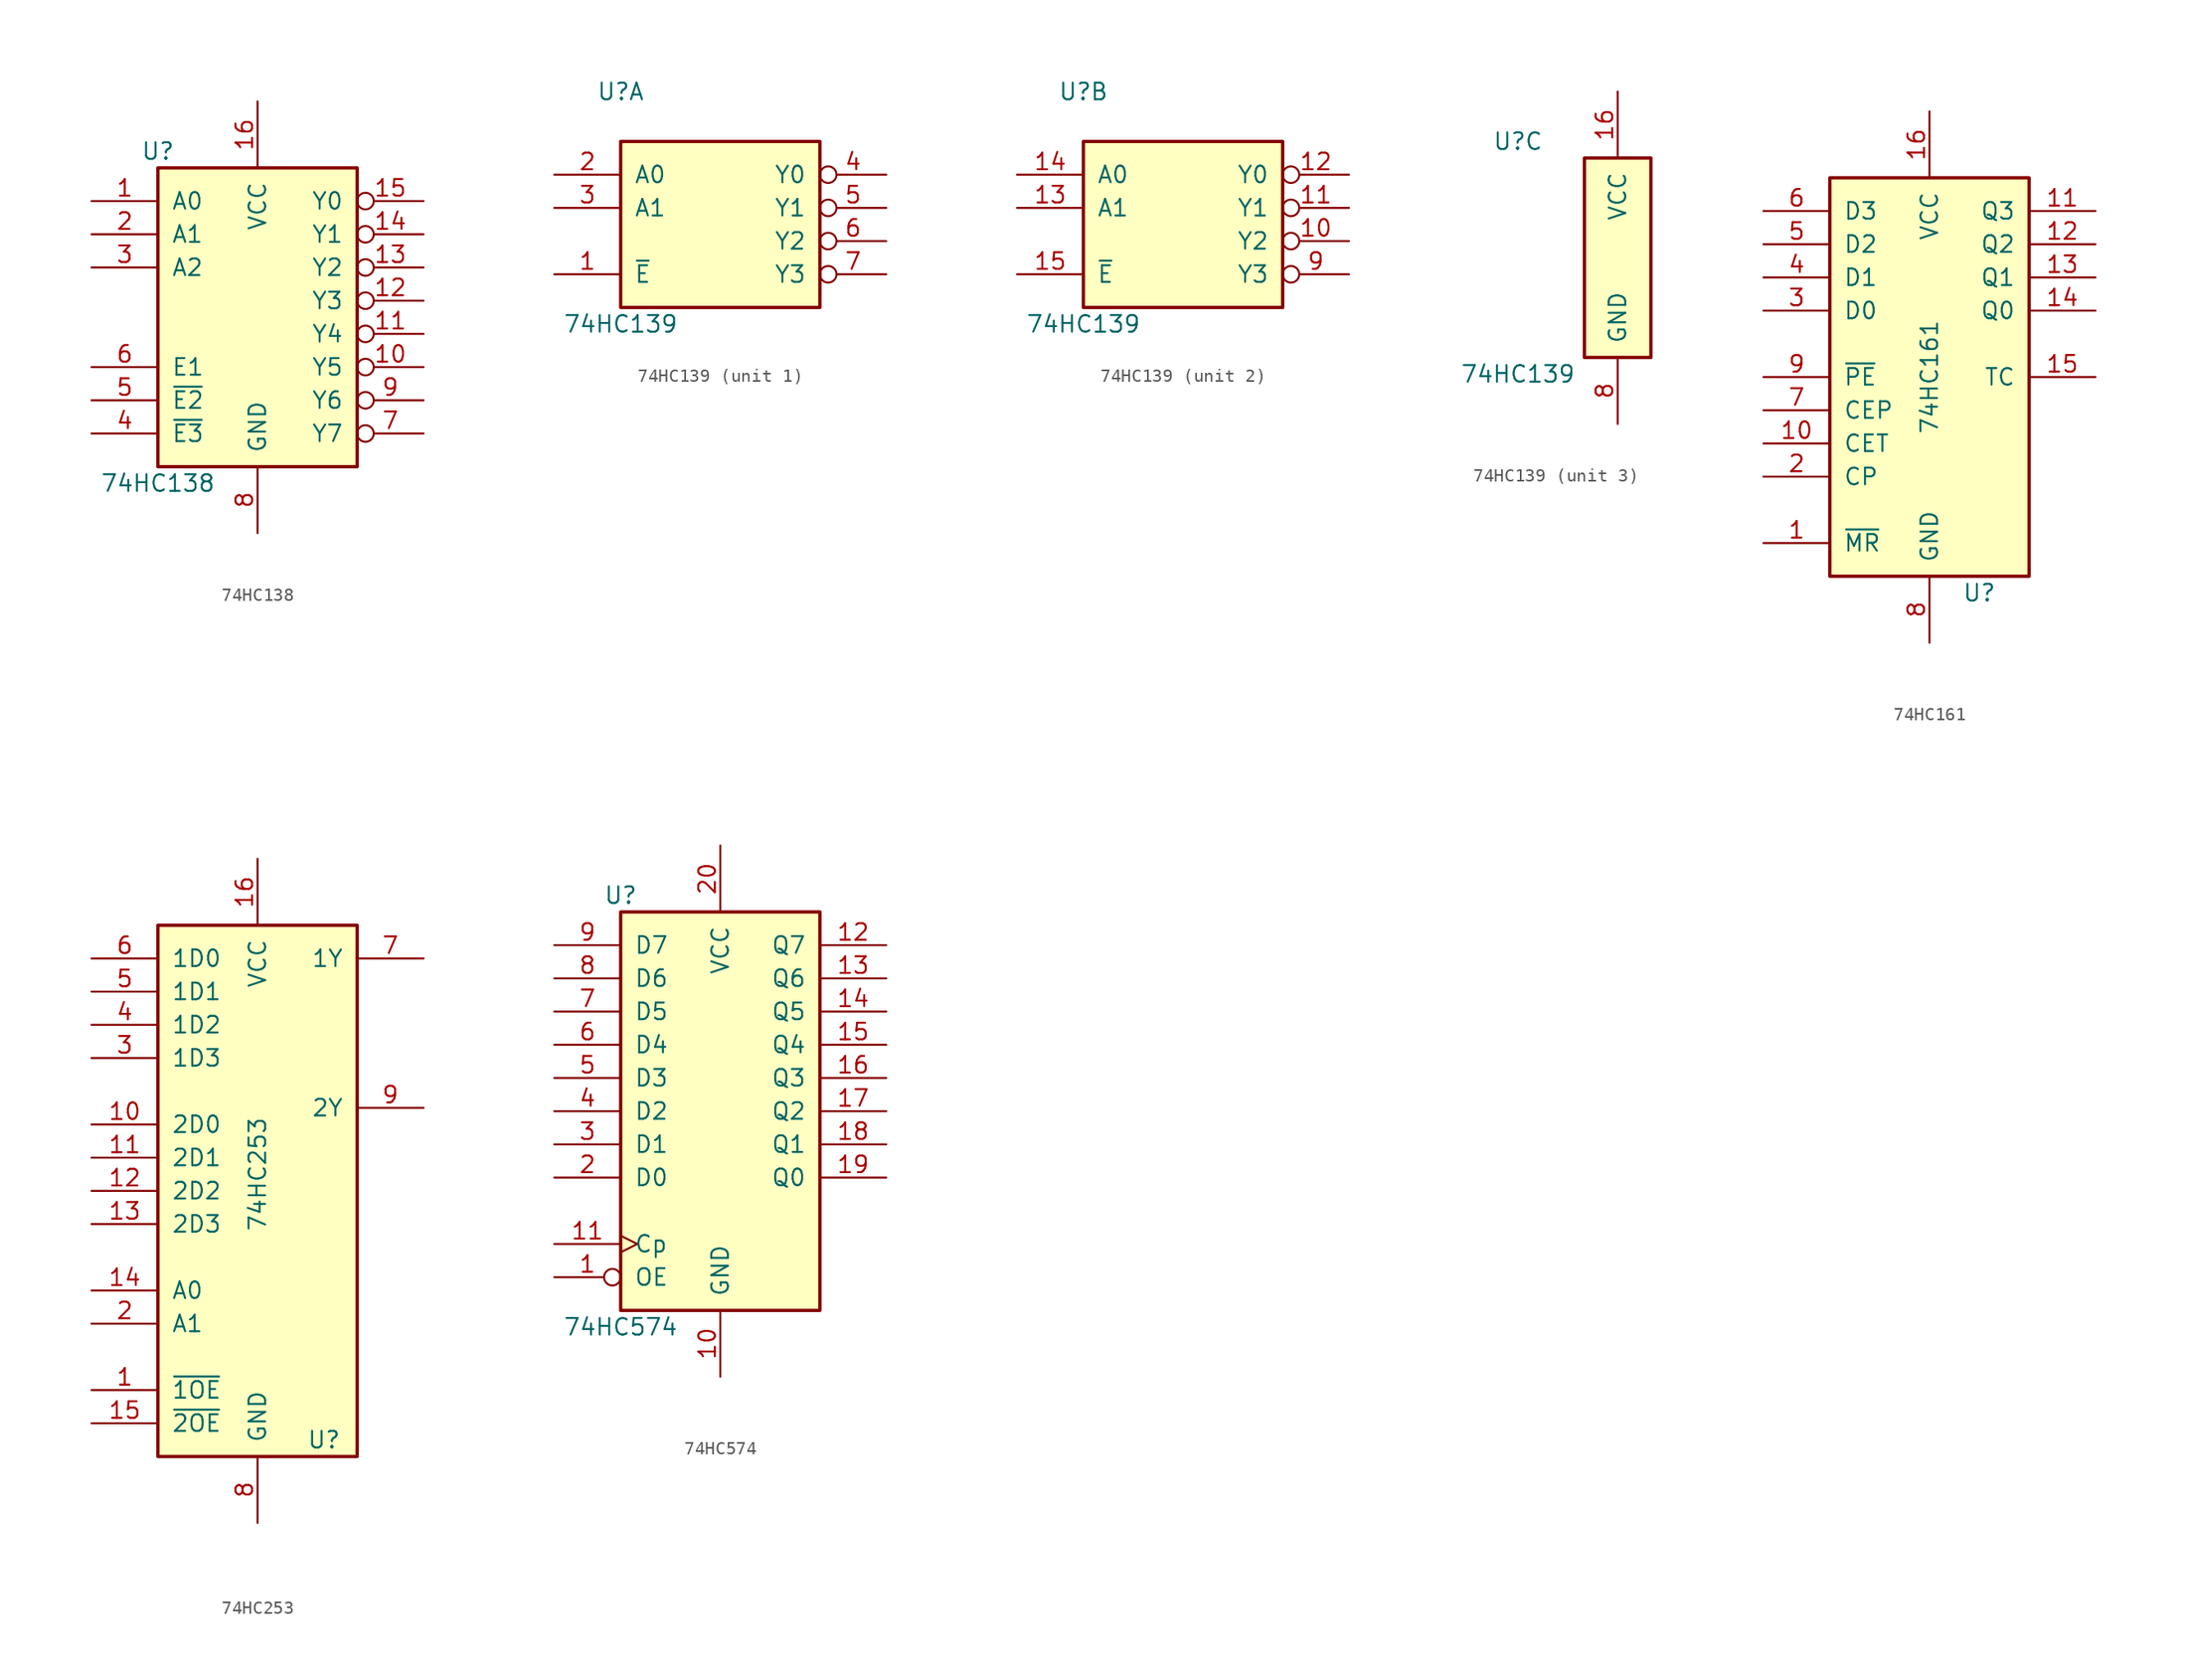
<source format=kicad_sym>
(kicad_symbol_lib
  (version 20211014)
  (generator kicad_symbol_editor)
  (symbol "74HC138"
    (pin_names
      (offset 1.016))
    (property "Reference" "U"
      (at -7.62 11.43 0)
      (effects (font (size 1.27 1.27))))
    (property "Value" "74HC138"
      (at -7.62 -13.97 0)
      (effects (font (size 1.27 1.27))))
    (symbol "74HC138_1_0"
      (pin input line (at -12.7 7.62 0) (length 5.08) (name "A0" (effects (font (size 1.27 1.27)))) (number "1" (effects (font (size 1.27 1.27)))))
      (pin output inverted (at 12.7 -5.08 180) (length 5.08) (name "Y5" (effects (font (size 1.27 1.27)))) (number "10" (effects (font (size 1.27 1.27)))))
      (pin output inverted (at 12.7 -2.54 180) (length 5.08) (name "Y4" (effects (font (size 1.27 1.27)))) (number "11" (effects (font (size 1.27 1.27)))))
      (pin output inverted (at 12.7 0 180) (length 5.08) (name "Y3" (effects (font (size 1.27 1.27)))) (number "12" (effects (font (size 1.27 1.27)))))
      (pin output inverted (at 12.7 2.54 180) (length 5.08) (name "Y2" (effects (font (size 1.27 1.27)))) (number "13" (effects (font (size 1.27 1.27)))))
      (pin output inverted (at 12.7 5.08 180) (length 5.08) (name "Y1" (effects (font (size 1.27 1.27)))) (number "14" (effects (font (size 1.27 1.27)))))
      (pin output inverted (at 12.7 7.62 180) (length 5.08) (name "Y0" (effects (font (size 1.27 1.27)))) (number "15" (effects (font (size 1.27 1.27)))))
      (pin power_in line (at 0 15.24 270) (length 5.08) (name "VCC" (effects (font (size 1.27 1.27)))) (number "16" (effects (font (size 1.27 1.27)))))
      (pin input line (at -12.7 5.08 0) (length 5.08) (name "A1" (effects (font (size 1.27 1.27)))) (number "2" (effects (font (size 1.27 1.27)))))
      (pin input line (at -12.7 2.54 0) (length 5.08) (name "A2" (effects (font (size 1.27 1.27)))) (number "3" (effects (font (size 1.27 1.27)))))
      (pin input line (at -12.7 -10.16 0) (length 5.08) (name "~{E3}" (effects (font (size 1.27 1.27)))) (number "4" (effects (font (size 1.27 1.27)))))
      (pin input line (at -12.7 -7.62 0) (length 5.08) (name "~{E2}" (effects (font (size 1.27 1.27)))) (number "5" (effects (font (size 1.27 1.27)))))
      (pin input line (at -12.7 -5.08 0) (length 5.08) (name "E1" (effects (font (size 1.27 1.27)))) (number "6" (effects (font (size 1.27 1.27)))))
      (pin output inverted (at 12.7 -10.16 180) (length 5.08) (name "Y7" (effects (font (size 1.27 1.27)))) (number "7" (effects (font (size 1.27 1.27)))))
      (pin power_in line (at 0 -17.78 90) (length 5.08) (name "GND" (effects (font (size 1.27 1.27)))) (number "8" (effects (font (size 1.27 1.27)))))
      (pin output inverted (at 12.7 -7.62 180) (length 5.08) (name "Y6" (effects (font (size 1.27 1.27)))) (number "9" (effects (font (size 1.27 1.27))))))
    (symbol "74HC138_1_1"
      (rectangle (start -7.62 10.16) (end 7.62 -12.7) (stroke (width 0.254) (type default) (color 0 0 0 0)) (fill (type background)))))
  (symbol "74HC139"
    (pin_names
      (offset 1.016))
    (property "Reference" "U"
      (at -7.62 8.89 0)
      (effects (font (size 1.27 1.27))))
    (property "Value" "74HC139"
      (at -7.62 -8.89 0)
      (effects (font (size 1.27 1.27))))
    (property "ki_locked" ""
      (at 0 0 0)
      (effects (font (size 1.27 1.27))))
    (symbol "74HC139_1_0"
      (pin input line (at -12.7 -5.08 0) (length 5.08) (name "~{E}" (effects (font (size 1.27 1.27)))) (number "1" (effects (font (size 1.27 1.27)))))
      (pin input line (at -12.7 2.54 0) (length 5.08) (name "A0" (effects (font (size 1.27 1.27)))) (number "2" (effects (font (size 1.27 1.27)))))
      (pin input line (at -12.7 0 0) (length 5.08) (name "A1" (effects (font (size 1.27 1.27)))) (number "3" (effects (font (size 1.27 1.27)))))
      (pin output inverted (at 12.7 2.54 180) (length 5.08) (name "Y0" (effects (font (size 1.27 1.27)))) (number "4" (effects (font (size 1.27 1.27)))))
      (pin output inverted (at 12.7 0 180) (length 5.08) (name "Y1" (effects (font (size 1.27 1.27)))) (number "5" (effects (font (size 1.27 1.27)))))
      (pin output inverted (at 12.7 -2.54 180) (length 5.08) (name "Y2" (effects (font (size 1.27 1.27)))) (number "6" (effects (font (size 1.27 1.27)))))
      (pin output inverted (at 12.7 -5.08 180) (length 5.08) (name "Y3" (effects (font (size 1.27 1.27)))) (number "7" (effects (font (size 1.27 1.27))))))
    (symbol "74HC139_1_1"
      (rectangle (start -7.62 5.08) (end 7.62 -7.62) (stroke (width 0.254) (type default) (color 0 0 0 0)) (fill (type background))))
    (symbol "74HC139_2_0"
      (pin output inverted (at 12.7 -2.54 180) (length 5.08) (name "Y2" (effects (font (size 1.27 1.27)))) (number "10" (effects (font (size 1.27 1.27)))))
      (pin output inverted (at 12.7 0 180) (length 5.08) (name "Y1" (effects (font (size 1.27 1.27)))) (number "11" (effects (font (size 1.27 1.27)))))
      (pin output inverted (at 12.7 2.54 180) (length 5.08) (name "Y0" (effects (font (size 1.27 1.27)))) (number "12" (effects (font (size 1.27 1.27)))))
      (pin input line (at -12.7 0 0) (length 5.08) (name "A1" (effects (font (size 1.27 1.27)))) (number "13" (effects (font (size 1.27 1.27)))))
      (pin input line (at -12.7 2.54 0) (length 5.08) (name "A0" (effects (font (size 1.27 1.27)))) (number "14" (effects (font (size 1.27 1.27)))))
      (pin input line (at -12.7 -5.08 0) (length 5.08) (name "~{E}" (effects (font (size 1.27 1.27)))) (number "15" (effects (font (size 1.27 1.27)))))
      (pin output inverted (at 12.7 -5.08 180) (length 5.08) (name "Y3" (effects (font (size 1.27 1.27)))) (number "9" (effects (font (size 1.27 1.27))))))
    (symbol "74HC139_2_1"
      (rectangle (start -7.62 5.08) (end 7.62 -7.62) (stroke (width 0.254) (type default) (color 0 0 0 0)) (fill (type background))))
    (symbol "74HC139_3_0"
      (pin power_in line (at 0 12.7 270) (length 5.08) (name "VCC" (effects (font (size 1.27 1.27)))) (number "16" (effects (font (size 1.27 1.27)))))
      (pin power_in line (at 0 -12.7 90) (length 5.08) (name "GND" (effects (font (size 1.27 1.27)))) (number "8" (effects (font (size 1.27 1.27))))))
    (symbol "74HC139_3_1"
      (rectangle (start -2.54 7.62) (end 2.54 -7.62) (stroke (width 0.254) (type default) (color 0 0 0 0)) (fill (type background)))))
  (symbol "74HC161"
    (pin_names
      (offset 1.016))
    (property "Reference" "U"
      (at 3.81 -16.51 0)
      (effects (font (size 1.27 1.27))))
    (property "Value" "74HC161"
      (at 0 0 90)
      (effects (font (size 1.27 1.27))))
    (symbol "74HC161_1_0"
      (pin input line (at -12.7 -12.7 0) (length 5.08) (name "~{MR}" (effects (font (size 1.27 1.27)))) (number "1" (effects (font (size 1.27 1.27)))))
      (pin input line (at -12.7 -5.08 0) (length 5.08) (name "CET" (effects (font (size 1.27 1.27)))) (number "10" (effects (font (size 1.27 1.27)))))
      (pin output line (at 12.7 12.7 180) (length 5.08) (name "Q3" (effects (font (size 1.27 1.27)))) (number "11" (effects (font (size 1.27 1.27)))))
      (pin output line (at 12.7 10.16 180) (length 5.08) (name "Q2" (effects (font (size 1.27 1.27)))) (number "12" (effects (font (size 1.27 1.27)))))
      (pin output line (at 12.7 7.62 180) (length 5.08) (name "Q1" (effects (font (size 1.27 1.27)))) (number "13" (effects (font (size 1.27 1.27)))))
      (pin output line (at 12.7 5.08 180) (length 5.08) (name "Q0" (effects (font (size 1.27 1.27)))) (number "14" (effects (font (size 1.27 1.27)))))
      (pin output line (at 12.7 0 180) (length 5.08) (name "TC" (effects (font (size 1.27 1.27)))) (number "15" (effects (font (size 1.27 1.27)))))
      (pin power_in line (at 0 20.32 270) (length 5.08) (name "VCC" (effects (font (size 1.27 1.27)))) (number "16" (effects (font (size 1.27 1.27)))))
      (pin input line (at -12.7 -7.62 0) (length 5.08) (name "CP" (effects (font (size 1.27 1.27)))) (number "2" (effects (font (size 1.27 1.27)))))
      (pin input line (at -12.7 5.08 0) (length 5.08) (name "D0" (effects (font (size 1.27 1.27)))) (number "3" (effects (font (size 1.27 1.27)))))
      (pin input line (at -12.7 7.62 0) (length 5.08) (name "D1" (effects (font (size 1.27 1.27)))) (number "4" (effects (font (size 1.27 1.27)))))
      (pin input line (at -12.7 10.16 0) (length 5.08) (name "D2" (effects (font (size 1.27 1.27)))) (number "5" (effects (font (size 1.27 1.27)))))
      (pin input line (at -12.7 12.7 0) (length 5.08) (name "D3" (effects (font (size 1.27 1.27)))) (number "6" (effects (font (size 1.27 1.27)))))
      (pin input line (at -12.7 -2.54 0) (length 5.08) (name "CEP" (effects (font (size 1.27 1.27)))) (number "7" (effects (font (size 1.27 1.27)))))
      (pin power_in line (at 0 -20.32 90) (length 5.08) (name "GND" (effects (font (size 1.27 1.27)))) (number "8" (effects (font (size 1.27 1.27)))))
      (pin input line (at -12.7 0 0) (length 5.08) (name "~{PE}" (effects (font (size 1.27 1.27)))) (number "9" (effects (font (size 1.27 1.27))))))
    (symbol "74HC161_1_1"
      (rectangle (start -7.62 15.24) (end 7.62 -15.24) (stroke (width 0.254) (type default) (color 0 0 0 0)) (fill (type background)))))
  (symbol "74HC253"
    (pin_names
      (offset 1.016))
    (property "Reference" "U"
      (at 5.08 -19.05 0)
      (effects (font (size 1.27 1.27))))
    (property "Value" "74HC253"
      (at 0 1.27 90)
      (effects (font (size 1.27 1.27))))
    (symbol "74HC253_1_0"
      (rectangle (start -7.62 20.32) (end 7.62 -20.32) (stroke (width 0.254) (type default) (color 0 0 0 0)) (fill (type background))))
    (symbol "74HC253_1_1"
      (pin input line (at -12.7 -15.24 0) (length 5.08) (name "~{1OE}" (effects (font (size 1.27 1.27)))) (number "1" (effects (font (size 1.27 1.27)))))
      (pin input line (at -12.7 5.08 0) (length 5.08) (name "2D0" (effects (font (size 1.27 1.27)))) (number "10" (effects (font (size 1.27 1.27)))))
      (pin input line (at -12.7 2.54 0) (length 5.08) (name "2D1" (effects (font (size 1.27 1.27)))) (number "11" (effects (font (size 1.27 1.27)))))
      (pin input line (at -12.7 0 0) (length 5.08) (name "2D2" (effects (font (size 1.27 1.27)))) (number "12" (effects (font (size 1.27 1.27)))))
      (pin input line (at -12.7 -2.54 0) (length 5.08) (name "2D3" (effects (font (size 1.27 1.27)))) (number "13" (effects (font (size 1.27 1.27)))))
      (pin input line (at -12.7 -7.62 0) (length 5.08) (name "A0" (effects (font (size 1.27 1.27)))) (number "14" (effects (font (size 1.27 1.27)))))
      (pin input line (at -12.7 -17.78 0) (length 5.08) (name "~{2OE}" (effects (font (size 1.27 1.27)))) (number "15" (effects (font (size 1.27 1.27)))))
      (pin power_in line (at 0 25.4 270) (length 5.08) (name "VCC" (effects (font (size 1.27 1.27)))) (number "16" (effects (font (size 1.27 1.27)))))
      (pin input line (at -12.7 -10.16 0) (length 5.08) (name "A1" (effects (font (size 1.27 1.27)))) (number "2" (effects (font (size 1.27 1.27)))))
      (pin input line (at -12.7 10.16 0) (length 5.08) (name "1D3" (effects (font (size 1.27 1.27)))) (number "3" (effects (font (size 1.27 1.27)))))
      (pin input line (at -12.7 12.7 0) (length 5.08) (name "1D2" (effects (font (size 1.27 1.27)))) (number "4" (effects (font (size 1.27 1.27)))))
      (pin input line (at -12.7 15.24 0) (length 5.08) (name "1D1" (effects (font (size 1.27 1.27)))) (number "5" (effects (font (size 1.27 1.27)))))
      (pin input line (at -12.7 17.78 0) (length 5.08) (name "1D0" (effects (font (size 1.27 1.27)))) (number "6" (effects (font (size 1.27 1.27)))))
      (pin output line (at 12.7 17.78 180) (length 5.08) (name "1Y" (effects (font (size 1.27 1.27)))) (number "7" (effects (font (size 1.27 1.27)))))
      (pin power_in line (at 0 -25.4 90) (length 5.08) (name "GND" (effects (font (size 1.27 1.27)))) (number "8" (effects (font (size 1.27 1.27)))))
      (pin output line (at 12.7 6.35 180) (length 5.08) (name "2Y" (effects (font (size 1.27 1.27)))) (number "9" (effects (font (size 1.27 1.27)))))))
  (symbol "74HC574"
    (pin_names
      (offset 1.016))
    (property "Reference" "U"
      (at -7.62 16.51 0)
      (effects (font (size 1.27 1.27))))
    (property "Value" "74HC574"
      (at -7.62 -16.51 0)
      (effects (font (size 1.27 1.27))))
    (symbol "74HC574_1_0"
      (pin input inverted (at -12.7 -12.7 0) (length 5.08) (name "OE" (effects (font (size 1.27 1.27)))) (number "1" (effects (font (size 1.27 1.27)))))
      (pin power_in line (at 0 -20.32 90) (length 5.08) (name "GND" (effects (font (size 1.27 1.27)))) (number "10" (effects (font (size 1.27 1.27)))))
      (pin input clock (at -12.7 -10.16 0) (length 5.08) (name "Cp" (effects (font (size 1.27 1.27)))) (number "11" (effects (font (size 1.27 1.27)))))
      (pin tri_state line (at 12.7 12.7 180) (length 5.08) (name "Q7" (effects (font (size 1.27 1.27)))) (number "12" (effects (font (size 1.27 1.27)))))
      (pin tri_state line (at 12.7 10.16 180) (length 5.08) (name "Q6" (effects (font (size 1.27 1.27)))) (number "13" (effects (font (size 1.27 1.27)))))
      (pin tri_state line (at 12.7 7.62 180) (length 5.08) (name "Q5" (effects (font (size 1.27 1.27)))) (number "14" (effects (font (size 1.27 1.27)))))
      (pin tri_state line (at 12.7 5.08 180) (length 5.08) (name "Q4" (effects (font (size 1.27 1.27)))) (number "15" (effects (font (size 1.27 1.27)))))
      (pin tri_state line (at 12.7 2.54 180) (length 5.08) (name "Q3" (effects (font (size 1.27 1.27)))) (number "16" (effects (font (size 1.27 1.27)))))
      (pin tri_state line (at 12.7 0 180) (length 5.08) (name "Q2" (effects (font (size 1.27 1.27)))) (number "17" (effects (font (size 1.27 1.27)))))
      (pin tri_state line (at 12.7 -2.54 180) (length 5.08) (name "Q1" (effects (font (size 1.27 1.27)))) (number "18" (effects (font (size 1.27 1.27)))))
      (pin tri_state line (at 12.7 -5.08 180) (length 5.08) (name "Q0" (effects (font (size 1.27 1.27)))) (number "19" (effects (font (size 1.27 1.27)))))
      (pin input line (at -12.7 -5.08 0) (length 5.08) (name "D0" (effects (font (size 1.27 1.27)))) (number "2" (effects (font (size 1.27 1.27)))))
      (pin power_in line (at 0 20.32 270) (length 5.08) (name "VCC" (effects (font (size 1.27 1.27)))) (number "20" (effects (font (size 1.27 1.27)))))
      (pin input line (at -12.7 -2.54 0) (length 5.08) (name "D1" (effects (font (size 1.27 1.27)))) (number "3" (effects (font (size 1.27 1.27)))))
      (pin input line (at -12.7 0 0) (length 5.08) (name "D2" (effects (font (size 1.27 1.27)))) (number "4" (effects (font (size 1.27 1.27)))))
      (pin input line (at -12.7 2.54 0) (length 5.08) (name "D3" (effects (font (size 1.27 1.27)))) (number "5" (effects (font (size 1.27 1.27)))))
      (pin input line (at -12.7 5.08 0) (length 5.08) (name "D4" (effects (font (size 1.27 1.27)))) (number "6" (effects (font (size 1.27 1.27)))))
      (pin input line (at -12.7 7.62 0) (length 5.08) (name "D5" (effects (font (size 1.27 1.27)))) (number "7" (effects (font (size 1.27 1.27)))))
      (pin input line (at -12.7 10.16 0) (length 5.08) (name "D6" (effects (font (size 1.27 1.27)))) (number "8" (effects (font (size 1.27 1.27)))))
      (pin input line (at -12.7 12.7 0) (length 5.08) (name "D7" (effects (font (size 1.27 1.27)))) (number "9" (effects (font (size 1.27 1.27))))))
    (symbol "74HC574_1_1"
      (rectangle (start -7.62 15.24) (end 7.62 -15.24) (stroke (width 0.254) (type default) (color 0 0 0 0)) (fill (type background))))))
</source>
